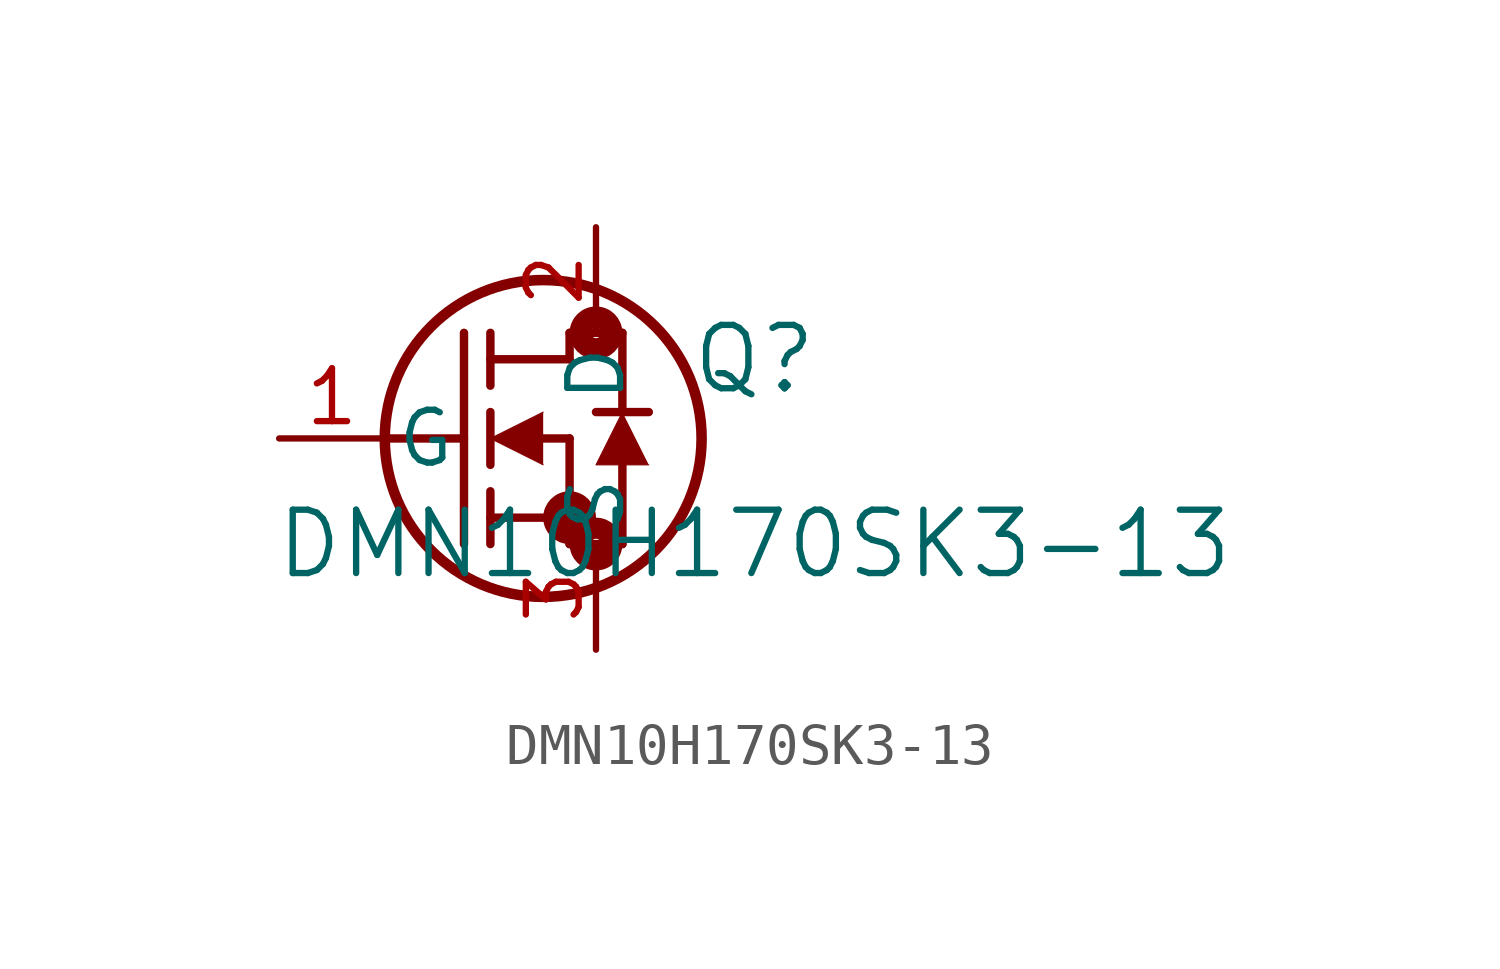
<source format=kicad_sym>
(kicad_symbol_lib
  (version 20211014)
  (generator kicad_symbol_editor)
  (symbol "DMN10H170SK3-13"
    (pin_names
      (offset 0.254))
    (property "Reference" "Q"
      (at 11.43 1.905 0)
      (effects (font (size 1.524 1.524))))
    (property "Value" "DMN10H170SK3-13"
      (at 11.43 -2.54 0)
      (effects (font (size 1.524 1.524))))
    (symbol "DMN10H170SK3-13_0_1"
      (circle (center 7.62 2.54) (radius 0.127) (stroke (width 0.508) (type default) (color 0 0 0 0)) (fill (type none)))
      (circle (center 7.62 -2.54) (radius 0.127) (stroke (width 0.508) (type default) (color 0 0 0 0)) (fill (type none)))
      (circle (center 6.985 -1.905) (radius 0.127) (stroke (width 0.508) (type default) (color 0 0 0 0)) (fill (type none)))
      (circle (center 6.35 0) (radius 3.81) (stroke (width 0.254) (type default) (color 0 0 0 0)) (fill (type none)))
      (polyline (pts (xy 2.54 0) (xy 4.445 0)) (stroke (width 0.203) (type default) (color 0 0 0 0)) (fill (type none)))
      (polyline (pts (xy 4.445 -2.54) (xy 4.445 2.54)) (stroke (width 0.203) (type default) (color 0 0 0 0)) (fill (type none)))
      (polyline (pts (xy 5.08 -0.635) (xy 5.08 0.635)) (stroke (width 0.203) (type default) (color 0 0 0 0)) (fill (type none)))
      (polyline (pts (xy 5.08 -2.54) (xy 5.08 -1.27)) (stroke (width 0.203) (type default) (color 0 0 0 0)) (fill (type none)))
      (polyline (pts (xy 5.08 1.27) (xy 5.08 2.54)) (stroke (width 0.203) (type default) (color 0 0 0 0)) (fill (type none)))
      (polyline (pts (xy 6.35 0) (xy 6.985 0)) (stroke (width 0.203) (type default) (color 0 0 0 0)) (fill (type none)))
      (polyline (pts (xy 5.08 -1.905) (xy 6.985 -1.905)) (stroke (width 0.203) (type default) (color 0 0 0 0)) (fill (type none)))
      (polyline (pts (xy 6.985 -2.54) (xy 6.985 0)) (stroke (width 0.203) (type default) (color 0 0 0 0)) (fill (type none)))
      (polyline (pts (xy 6.985 -2.54) (xy 8.255 -2.54)) (stroke (width 0.203) (type default) (color 0 0 0 0)) (fill (type none)))
      (polyline (pts (xy 5.08 1.905) (xy 6.985 1.905)) (stroke (width 0.203) (type default) (color 0 0 0 0)) (fill (type none)))
      (polyline (pts (xy 8.255 0.635) (xy 8.255 2.54)) (stroke (width 0.203) (type default) (color 0 0 0 0)) (fill (type none)))
      (polyline (pts (xy 6.35 0.635) (xy 5.08 0) (xy 6.35 -0.635)) (stroke (width 0.025) (type default) (color 0 0 0 0)) (fill (type outline)))
      (polyline (pts (xy 8.89 -0.635) (xy 7.62 -0.635) (xy 8.255 0.635)) (stroke (width 0.025) (type default) (color 0 0 0 0)) (fill (type outline)))
      (polyline (pts (xy 8.255 -2.54) (xy 8.255 -0.635)) (stroke (width 0.203) (type default) (color 0 0 0 0)) (fill (type none)))
      (polyline (pts (xy 8.89 0.635) (xy 7.62 0.635)) (stroke (width 0.203) (type default) (color 0 0 0 0)) (fill (type none)))
      (polyline (pts (xy 6.985 2.54) (xy 8.255 2.54)) (stroke (width 0.203) (type default) (color 0 0 0 0)) (fill (type none)))
      (polyline (pts (xy 6.985 1.905) (xy 6.985 2.54)) (stroke (width 0.203) (type default) (color 0 0 0 0)) (fill (type none)))
      (pin unspecified line (at 0 0 0) (length 2.54) (name "G" (effects (font (size 1.27 1.27)))) (number "1" (effects (font (size 1.27 1.27)))))
      (pin unspecified line (at 7.62 5.08 270) (length 2.54) (name "D" (effects (font (size 1.27 1.27)))) (number "2" (effects (font (size 1.27 1.27)))))
      (pin unspecified line (at 7.62 -5.08 90) (length 2.54) (name "S" (effects (font (size 1.27 1.27)))) (number "3" (effects (font (size 1.27 1.27))))))))
</source>
